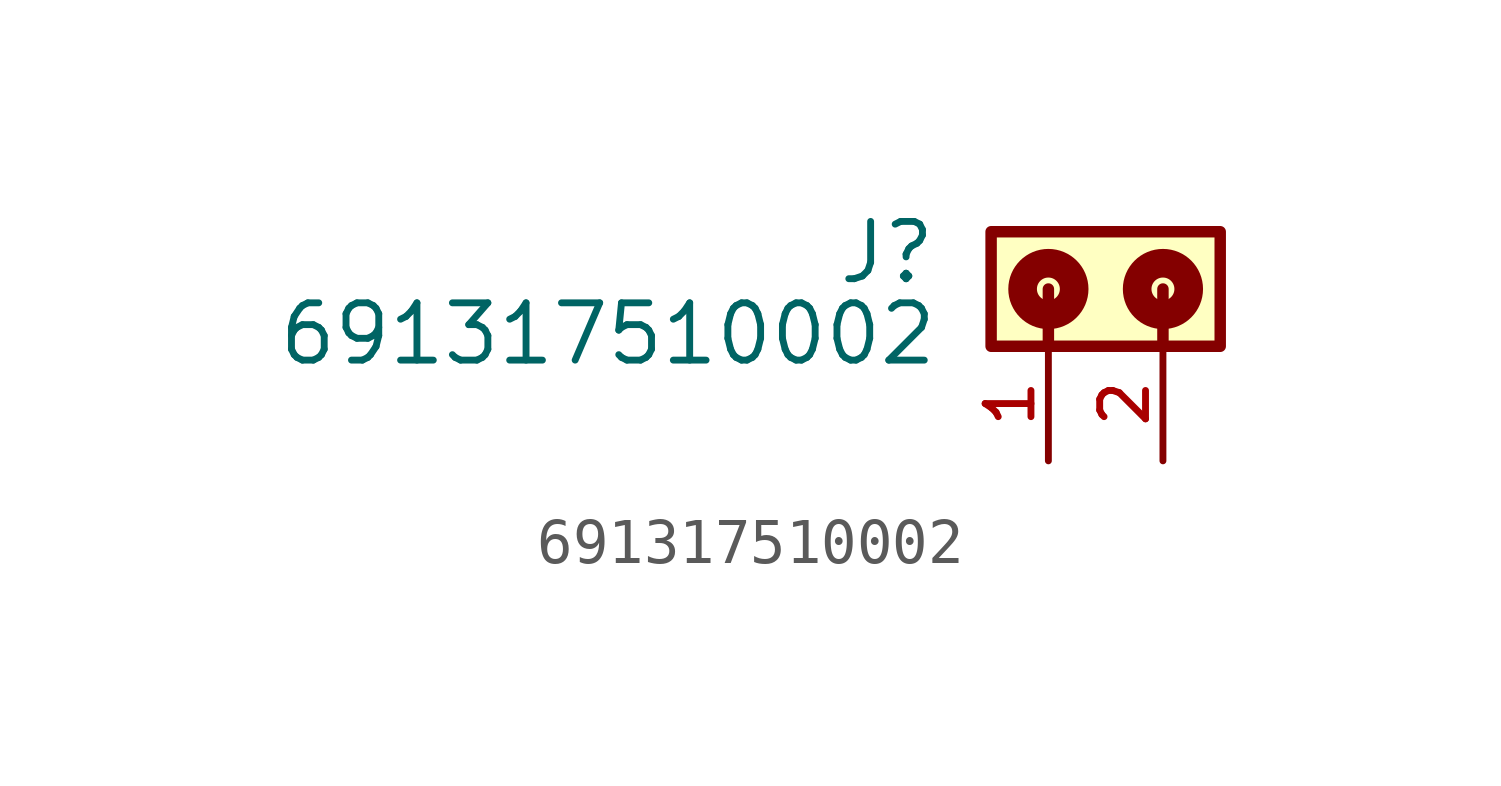
<source format=kicad_sym>
(kicad_symbol_lib
  (version 20211014)
  (generator kicad_symbol_editor)
  (symbol "691317510002"
    (pin_names
      (offset 1.016))
    (property "Reference" "J"
      (at -4.99 -1.205 0)
      (effects (font (size 1.27 1.27)) (justify bottom right)))
    (property "Value" "691317510002"
      (at -4.95 -3.01 0)
      (effects (font (size 1.27 1.27)) (justify bottom right)))
    (symbol "691317510002_0_0"
      (polyline (pts (xy -2.54 -1.27) (xy -2.54 -2.54)) (stroke (width 0.254)))
      (polyline (pts (xy 0.0 -1.27) (xy 0.0 -2.54)) (stroke (width 0.254)))
      (circle (center -2.54 -1.27) (radius 0.254) (stroke (width 0.635)) (fill (type none)))
      (circle (center 0.0 -1.27) (radius 0.254) (stroke (width 0.635)) (fill (type none)))
      (rectangle (start -3.81 -2.54) (end 1.27 -2.22044604925e-16) (stroke (width 0.254)) (fill (type background)))
      (pin passive line (at -2.54 -5.08 90.0) (length 2.54) (name "~" (effects (font (size 1.016 1.016)))) (number "1" (effects (font (size 1.016 1.016)))))
      (pin passive line (at 0.0 -5.08 90.0) (length 2.54) (name "~" (effects (font (size 1.016 1.016)))) (number "2" (effects (font (size 1.016 1.016))))))))
</source>
